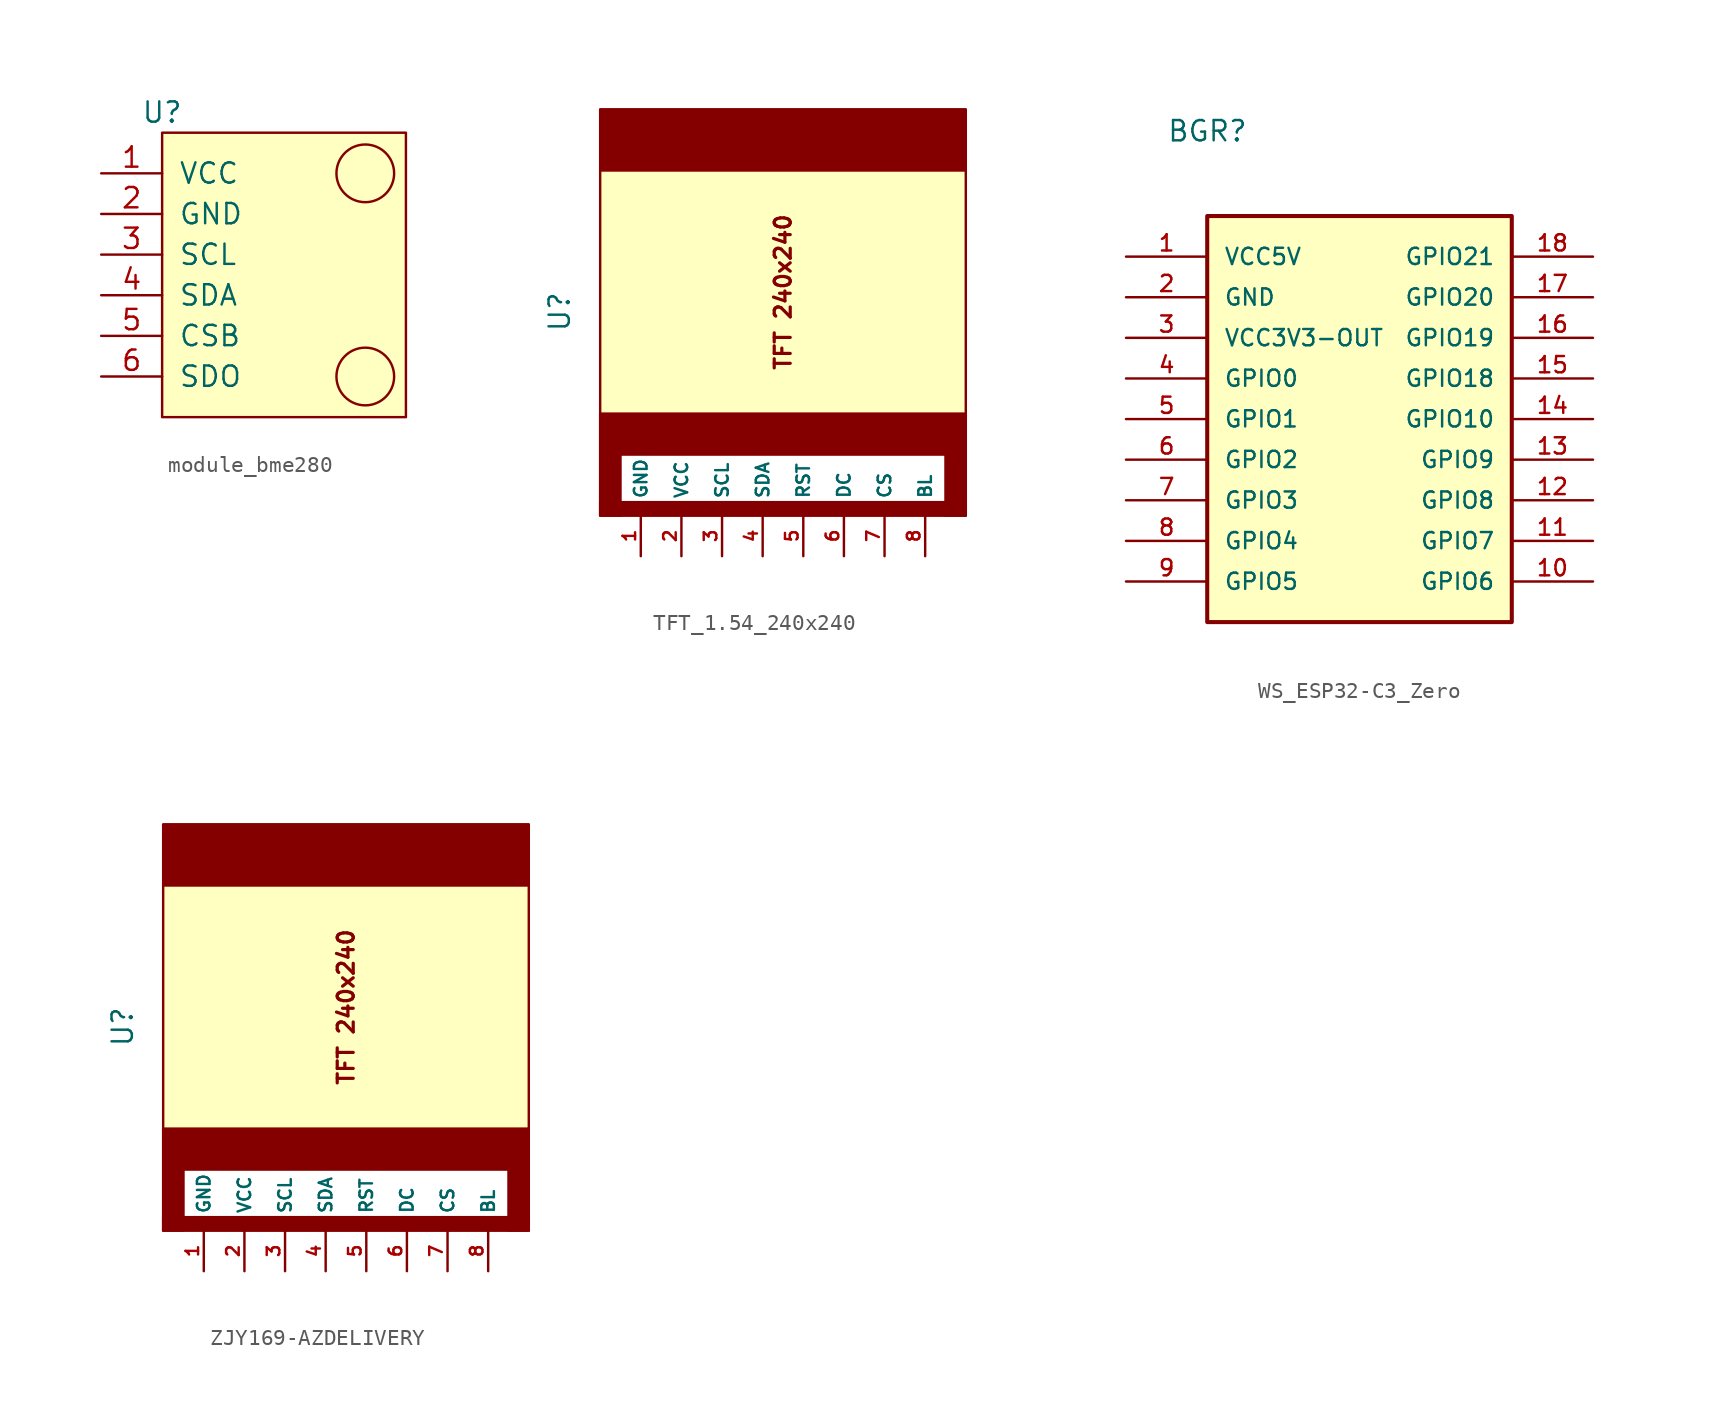
<source format=kicad_sym>
(kicad_symbol_lib
  (version 20241209)
  (generator "kicad_symbol_editor")
  (generator_version "9.0")
  (symbol "module_bme280"
    (pin_names
      (offset 1.016))
    (property "Reference" "U"
      (at 3.81 11.43 0)
      (effects (font (size 1.27 1.27))))
    (symbol "module_bme280_0_1"
      (rectangle (start 3.81 -7.62) (end 19.05 10.16) (stroke (width 0) (type default)) (fill (type background)))
      (circle (center 16.51 7.62) (radius 1.803) (stroke (width 0) (type default)) (fill (type none)))
      (circle (center 16.51 -5.08) (radius 1.803) (stroke (width 0) (type default)) (fill (type none))))
    (symbol "module_bme280_1_1"
      (pin bidirectional line (at 0 7.62 0) (length 3.81) (name "VCC" (effects (font (size 1.27 1.27)))) (number "1" (effects (font (size 1.27 1.27)))))
      (pin bidirectional line (at 0 5.08 0) (length 3.81) (name "GND" (effects (font (size 1.27 1.27)))) (number "2" (effects (font (size 1.27 1.27)))))
      (pin passive line (at 0 2.54 0) (length 3.81) (name "SCL" (effects (font (size 1.27 1.27)))) (number "3" (effects (font (size 1.27 1.27)))))
      (pin passive line (at 0 0 0) (length 3.81) (name "SDA" (effects (font (size 1.27 1.27)))) (number "4" (effects (font (size 1.27 1.27)))))
      (pin passive line (at 0 -2.54 0) (length 3.81) (name "CSB" (effects (font (size 1.27 1.27)))) (number "5" (effects (font (size 1.27 1.27)))))
      (pin passive line (at 0 -5.08 0) (length 3.81) (name "SDO" (effects (font (size 1.27 1.27)))) (number "6" (effects (font (size 1.27 1.27)))))))
  (symbol "TFT_1.54_240x240"
    (pin_names
      (offset 1.016))
    (property "Reference" "U"
      (at -21.59 11.43 90)
      (effects (font (size 1.27 1.27)) (justify left)))
    (symbol "TFT_1.54_240x240_0_1"
      (rectangle (start -19.05 25.4) (end 3.81 21.59) (stroke (width 0) (type default)) (fill (type outline)))
      (rectangle (start -19.05 21.59) (end 3.81 6.35) (stroke (width 0) (type default)) (fill (type background)))
      (rectangle (start -19.05 6.35) (end 3.81 3.81) (stroke (width 0) (type default)) (fill (type outline)))
      (rectangle (start -19.05 6.35) (end 3.81 0) (stroke (width 0) (type default)) (fill (type none)))
      (rectangle (start -19.05 3.81) (end -17.78 0) (stroke (width 0) (type default)) (fill (type outline)))
      (rectangle (start -19.05 0.838) (end 3.81 0) (stroke (width 0) (type default)) (fill (type outline)))
      (rectangle (start 2.54 3.81) (end 3.81 0) (stroke (width 0) (type default)) (fill (type outline))))
    (symbol "TFT_1.54_240x240_1_0"
      (text "TFT 240x240" (at -7.62 13.97 900) (effects (font (size 1 1) (bold yes)))))
    (symbol "TFT_1.54_240x240_1_1"
      (pin power_in line (at -16.51 -2.54 90) (length 2.54) (name "GND" (effects (font (size 0.787 0.787)))) (number "1" (effects (font (size 0.787 0.787)))))
      (pin bidirectional line (at -13.97 -2.54 90) (length 2.54) (name "VCC" (effects (font (size 0.787 0.787)))) (number "2" (effects (font (size 0.787 0.787)))))
      (pin bidirectional line (at -11.43 -2.54 90) (length 2.54) (name "SCL" (effects (font (size 0.787 0.787)))) (number "3" (effects (font (size 0.787 0.787)))))
      (pin bidirectional line (at -8.89 -2.54 90) (length 2.54) (name "SDA" (effects (font (size 0.787 0.787)))) (number "4" (effects (font (size 0.787 0.787)))))
      (pin bidirectional line (at -6.35 -2.54 90) (length 2.54) (name "RST" (effects (font (size 0.787 0.787)))) (number "5" (effects (font (size 0.787 0.787)))))
      (pin bidirectional line (at -3.81 -2.54 90) (length 2.54) (name "DC" (effects (font (size 0.787 0.787)))) (number "6" (effects (font (size 0.787 0.787)))))
      (pin bidirectional line (at -1.27 -2.54 90) (length 2.54) (name "CS" (effects (font (size 0.787 0.787)))) (number "7" (effects (font (size 0.787 0.787)))))
      (pin power_in line (at 1.27 -2.54 90) (length 2.54) (name "BL" (effects (font (size 0.787 0.787)))) (number "8" (effects (font (size 0.787 0.787)))))))
  (symbol "WS_ESP32-C3_Zero"
    (pin_names
      (offset 1.016))
    (property "Reference" "BGR"
      (at -12.7 16.002 0)
      (effects (font (size 1.27 1.27)) (justify left bottom)))
    (symbol "WS_ESP32-C3_Zero_0_0"
      (rectangle (start -10.16 11.43) (end 8.89 -13.97) (stroke (width 0.254) (type default)) (fill (type background))))
    (symbol "WS_ESP32-C3_Zero_1_0"
      (pin bidirectional line (at -15.24 8.89 0) (length 5.08) (name "VCC5V" (effects (font (size 1.016 1.016)))) (number "1" (effects (font (size 1.016 1.016)))))
      (pin bidirectional line (at -15.24 6.35 0) (length 5.08) (name "GND" (effects (font (size 1.016 1.016)))) (number "2" (effects (font (size 1.016 1.016)))))
      (pin bidirectional line (at -15.24 3.81 0) (length 5.08) (name "VCC3V3-OUT" (effects (font (size 1.016 1.016)))) (number "3" (effects (font (size 1.016 1.016)))))
      (pin bidirectional line (at -15.24 1.27 0) (length 5.08) (name "GPIO0" (effects (font (size 1.016 1.016)))) (number "4" (effects (font (size 1.016 1.016)))))
      (pin bidirectional line (at -15.24 -1.27 0) (length 5.08) (name "GPIO1" (effects (font (size 1.016 1.016)))) (number "5" (effects (font (size 1.016 1.016)))))
      (pin bidirectional line (at -15.24 -3.81 0) (length 5.08) (name "GPIO2" (effects (font (size 1.016 1.016)))) (number "6" (effects (font (size 1.016 1.016)))))
      (pin bidirectional line (at -15.24 -6.35 0) (length 5.08) (name "GPIO3" (effects (font (size 1.016 1.016)))) (number "7" (effects (font (size 1.016 1.016)))))
      (pin bidirectional line (at -15.24 -8.89 0) (length 5.08) (name "GPIO4" (effects (font (size 1.016 1.016)))) (number "8" (effects (font (size 1.016 1.016)))))
      (pin bidirectional line (at -15.24 -11.43 0) (length 5.08) (name "GPIO5" (effects (font (size 1.016 1.016)))) (number "9" (effects (font (size 1.016 1.016)))))
      (pin bidirectional line (at 13.97 8.89 180) (length 5.08) (name "GPIO21" (effects (font (size 1.016 1.016)))) (number "18" (effects (font (size 1.016 1.016)))))
      (pin bidirectional line (at 13.97 6.35 180) (length 5.08) (name "GPIO20" (effects (font (size 1.016 1.016)))) (number "17" (effects (font (size 1.016 1.016)))))
      (pin bidirectional line (at 13.97 3.81 180) (length 5.08) (name "GPIO19" (effects (font (size 1.016 1.016)))) (number "16" (effects (font (size 1.016 1.016)))))
      (pin bidirectional line (at 13.97 1.27 180) (length 5.08) (name "GPIO18" (effects (font (size 1.016 1.016)))) (number "15" (effects (font (size 1.016 1.016)))))
      (pin bidirectional line (at 13.97 -1.27 180) (length 5.08) (name "GPIO10" (effects (font (size 1.016 1.016)))) (number "14" (effects (font (size 1.016 1.016)))))
      (pin bidirectional line (at 13.97 -3.81 180) (length 5.08) (name "GPIO9" (effects (font (size 1.016 1.016)))) (number "13" (effects (font (size 1.016 1.016)))))
      (pin bidirectional line (at 13.97 -6.35 180) (length 5.08) (name "GPIO8" (effects (font (size 1.016 1.016)))) (number "12" (effects (font (size 1.016 1.016)))))
      (pin bidirectional line (at 13.97 -8.89 180) (length 5.08) (name "GPIO7" (effects (font (size 1.016 1.016)))) (number "11" (effects (font (size 1.016 1.016)))))
      (pin bidirectional line (at 13.97 -11.43 180) (length 5.08) (name "GPIO6" (effects (font (size 1.016 1.016)))) (number "10" (effects (font (size 1.016 1.016)))))))
  (symbol "ZJY169-AZDELIVERY"
    (pin_names
      (offset 1.016))
    (property "Reference" "U"
      (at -21.59 11.43 90)
      (effects (font (size 1.27 1.27)) (justify left)))
    (symbol "ZJY169-AZDELIVERY_0_1"
      (rectangle (start -19.05 25.4) (end 3.81 21.59) (stroke (width 0) (type default)) (fill (type outline)))
      (rectangle (start -19.05 21.59) (end 3.81 6.35) (stroke (width 0) (type default)) (fill (type background)))
      (rectangle (start -19.05 6.35) (end 3.81 3.81) (stroke (width 0) (type default)) (fill (type outline)))
      (rectangle (start -19.05 6.35) (end 3.81 0) (stroke (width 0) (type default)) (fill (type none)))
      (rectangle (start -19.05 3.81) (end -17.78 0) (stroke (width 0) (type default)) (fill (type outline)))
      (rectangle (start -19.05 0.838) (end 3.81 0) (stroke (width 0) (type default)) (fill (type outline)))
      (rectangle (start 2.54 3.81) (end 3.81 0) (stroke (width 0) (type default)) (fill (type outline))))
    (symbol "ZJY169-AZDELIVERY_1_0"
      (text "TFT 240x240" (at -7.62 13.97 900) (effects (font (size 1 1) (bold yes)))))
    (symbol "ZJY169-AZDELIVERY_1_1"
      (pin bidirectional line (at -16.51 -2.54 90) (length 2.54) (name "GND" (effects (font (size 0.787 0.787)))) (number "1" (effects (font (size 0.787 0.787)))))
      (pin bidirectional line (at -13.97 -2.54 90) (length 2.54) (name "VCC" (effects (font (size 0.787 0.787)))) (number "2" (effects (font (size 0.787 0.787)))))
      (pin bidirectional line (at -11.43 -2.54 90) (length 2.54) (name "SCL" (effects (font (size 0.787 0.787)))) (number "3" (effects (font (size 0.787 0.787)))))
      (pin bidirectional line (at -8.89 -2.54 90) (length 2.54) (name "SDA" (effects (font (size 0.787 0.787)))) (number "4" (effects (font (size 0.787 0.787)))))
      (pin bidirectional line (at -6.35 -2.54 90) (length 2.54) (name "RST" (effects (font (size 0.787 0.787)))) (number "5" (effects (font (size 0.787 0.787)))))
      (pin bidirectional line (at -3.81 -2.54 90) (length 2.54) (name "DC" (effects (font (size 0.787 0.787)))) (number "6" (effects (font (size 0.787 0.787)))))
      (pin bidirectional line (at -1.27 -2.54 90) (length 2.54) (name "CS" (effects (font (size 0.787 0.787)))) (number "7" (effects (font (size 0.787 0.787)))))
      (pin bidirectional line (at 1.27 -2.54 90) (length 2.54) (name "BL" (effects (font (size 0.787 0.787)))) (number "8" (effects (font (size 0.787 0.787))))))))
</source>
